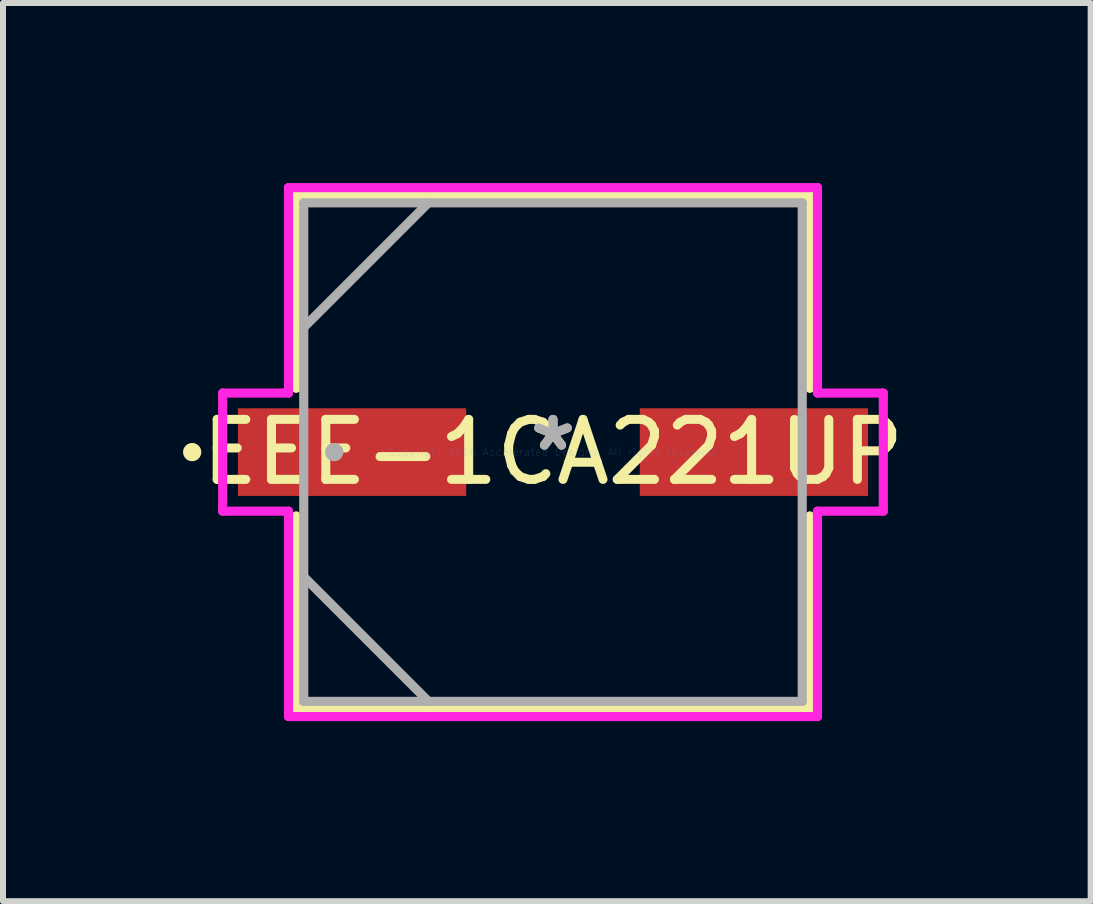
<source format=kicad_pcb>
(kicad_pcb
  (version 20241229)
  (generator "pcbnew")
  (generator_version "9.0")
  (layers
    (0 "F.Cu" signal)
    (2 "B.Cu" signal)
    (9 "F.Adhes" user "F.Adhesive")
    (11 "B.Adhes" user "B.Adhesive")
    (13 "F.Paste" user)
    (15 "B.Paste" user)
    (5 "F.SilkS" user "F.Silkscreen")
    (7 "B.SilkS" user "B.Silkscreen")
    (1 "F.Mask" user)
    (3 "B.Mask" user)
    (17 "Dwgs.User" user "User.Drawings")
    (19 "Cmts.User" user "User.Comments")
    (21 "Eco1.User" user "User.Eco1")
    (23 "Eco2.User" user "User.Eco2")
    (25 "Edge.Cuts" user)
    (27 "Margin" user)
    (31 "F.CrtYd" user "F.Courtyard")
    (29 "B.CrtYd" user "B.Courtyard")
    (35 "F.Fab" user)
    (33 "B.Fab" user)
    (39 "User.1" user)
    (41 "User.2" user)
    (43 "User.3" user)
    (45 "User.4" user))
  (footprint "EEE-1CA221UP"
    (layer "F.Cu")
    (at 6.164 4.483)
    (property "Reference" "EEE-1CA221UP" (at 0 0 0) (layer "F.SilkS") (effects (font (size 1 1) (thickness 0.15))))
    (attr through_hole)
    (fp_line (start -4.28 -4.28) (end -4.28 -1.063) (stroke (width 0.152) (type solid)) (layer "F.SilkS"))
    (fp_line (start -4.28 1.063) (end -4.28 4.28) (stroke (width 0.152) (type solid)) (layer "F.SilkS"))
    (fp_line (start -4.28 4.28) (end 4.28 4.28) (stroke (width 0.152) (type solid)) (layer "F.SilkS"))
    (fp_line (start 4.28 -4.28) (end -4.28 -4.28) (stroke (width 0.152) (type solid)) (layer "F.SilkS"))
    (fp_line (start 4.28 -1.063) (end 4.28 -4.28) (stroke (width 0.152) (type solid)) (layer "F.SilkS"))
    (fp_line (start 4.28 4.28) (end 4.28 1.063) (stroke (width 0.152) (type solid)) (layer "F.SilkS"))
    (fp_circle (center -6.012 0) (end -5.936 0) (stroke (width 0.152) (type solid)) (fill no) (layer "F.SilkS"))
    (fp_line (start -5.504 -0.984) (end -4.407 -0.984) (stroke (width 0.152) (type solid)) (layer "F.CrtYd"))
    (fp_line (start -5.504 0.984) (end -5.504 -0.984) (stroke (width 0.152) (type solid)) (layer "F.CrtYd"))
    (fp_line (start -4.407 -4.407) (end 4.407 -4.407) (stroke (width 0.152) (type solid)) (layer "F.CrtYd"))
    (fp_line (start -4.407 -0.984) (end -4.407 -4.407) (stroke (width 0.152) (type solid)) (layer "F.CrtYd"))
    (fp_line (start -4.407 0.984) (end -5.504 0.984) (stroke (width 0.152) (type solid)) (layer "F.CrtYd"))
    (fp_line (start -4.407 4.407) (end -4.407 0.984) (stroke (width 0.152) (type solid)) (layer "F.CrtYd"))
    (fp_line (start 4.407 -4.407) (end 4.407 -0.984) (stroke (width 0.152) (type solid)) (layer "F.CrtYd"))
    (fp_line (start 4.407 -0.984) (end 5.504 -0.984) (stroke (width 0.152) (type solid)) (layer "F.CrtYd"))
    (fp_line (start 4.407 0.984) (end 4.407 4.407) (stroke (width 0.152) (type solid)) (layer "F.CrtYd"))
    (fp_line (start 4.407 4.407) (end -4.407 4.407) (stroke (width 0.152) (type solid)) (layer "F.CrtYd"))
    (fp_line (start 5.504 -0.984) (end 5.504 0.984) (stroke (width 0.152) (type solid)) (layer "F.CrtYd"))
    (fp_line (start 5.504 0.984) (end 4.407 0.984) (stroke (width 0.152) (type solid)) (layer "F.CrtYd"))
    (fp_line (start -4.153 -4.153) (end -4.153 4.153) (stroke (width 0.152) (type solid)) (layer "F.Fab"))
    (fp_line (start -4.153 -2.076) (end -2.076 -4.153) (stroke (width 0.152) (type solid)) (layer "F.Fab"))
    (fp_line (start -4.153 2.076) (end -2.076 4.153) (stroke (width 0.152) (type solid)) (layer "F.Fab"))
    (fp_line (start -4.153 4.153) (end 4.153 4.153) (stroke (width 0.152) (type solid)) (layer "F.Fab"))
    (fp_line (start 4.153 -4.153) (end -4.153 -4.153) (stroke (width 0.152) (type solid)) (layer "F.Fab"))
    (fp_line (start 4.153 4.153) (end 4.153 -4.153) (stroke (width 0.152) (type solid)) (layer "F.Fab"))
    (fp_circle (center -3.645 0) (end -3.569 0) (stroke (width 0.152) (type solid)) (fill no) (layer "F.Fab"))
    (fp_text user "*" (at 0 0 0) (layer "F.SilkS") (effects (font (size 1 1) (thickness 0.15))))
    (fp_text user "Copyright 2016 Accelerated Designs. All rights reserved." (at 0 0 0) (layer "Cmts.User") (effects (font (size 0.127 0.127) (thickness 0.002))))
    (fp_text user "*" (at 0 0 0) (layer "F.Fab") (effects (font (size 1 1) (thickness 0.15))))
    (pad "1" smd rect (at -3.348 0) (size 3.804 1.46) (layers "F.Cu" "F.Mask" "F.Paste"))
    (pad "2" smd rect (at 3.348 0) (size 3.804 1.46) (layers "F.Cu" "F.Mask" "F.Paste")))
  (gr_rect
    (start -3 -3)
    (end 15.123 11.966)
    (stroke (width 0.1) (type default))
    (fill no)
    (layer "Edge.Cuts")))
</source>
